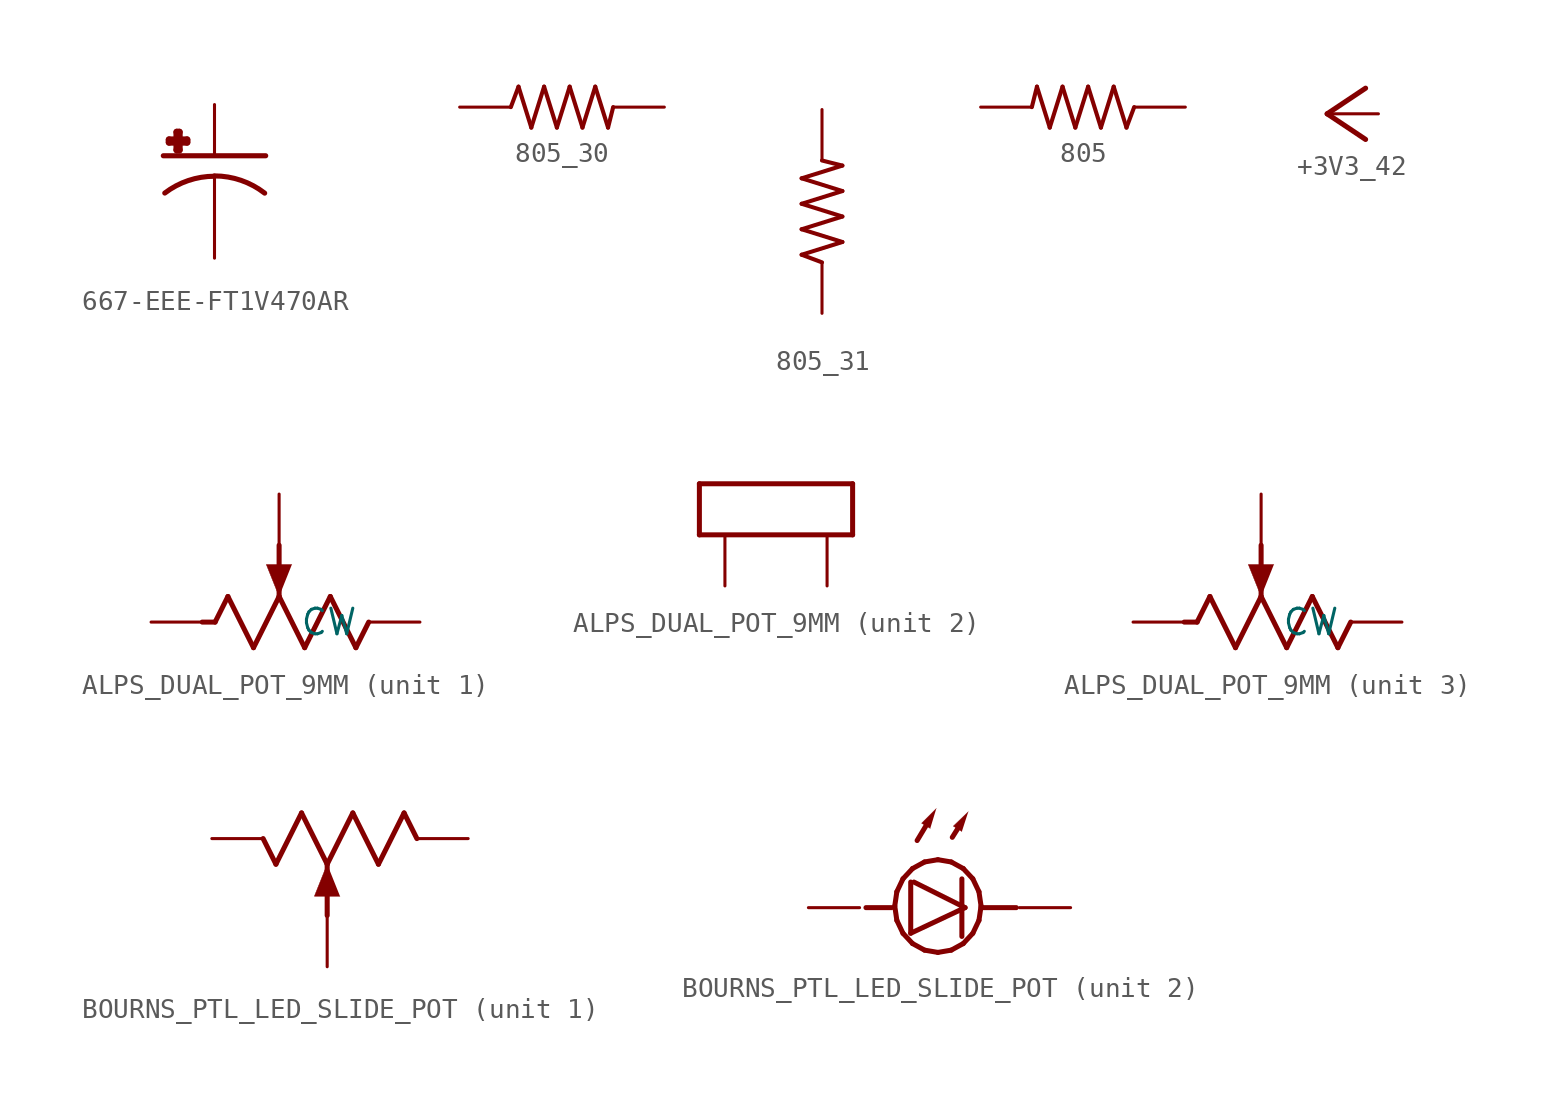
<source format=kicad_sym>
(kicad_symbol_lib
  (version 20231120)
  (generator "kicad_symbol_editor")
  (generator_version "8.0")
  (symbol "667-EEE-FT1V470AR"
    (property "Reference" "C"
      (at 0 0 0)
      (effects (font (size 1.27 1.27)) (hide yes)))
    (property "ki_locked" ""
      (at 0 0 0)
      (effects (font (size 1.27 1.27))))
    (symbol "667-EEE-FT1V470AR_1_0"
      (arc (start 0 -0.334) (mid -1.3021 -0.548) (end -2.467 -1.168) (stroke (width 0.254) (type solid)) (fill (type none)))
      (polyline (pts (xy -2.54 0.682) (xy 2.54 0.682)) (stroke (width 0.254) (type solid)) (fill (type none)))
      (polyline (pts (xy -2.253 1.349) (xy -1.364 1.349)) (stroke (width 0.333) (type solid)) (fill (type none)))
      (polyline (pts (xy -2.253 1.477) (xy -2.253 1.349)) (stroke (width 0.333) (type solid)) (fill (type none)))
      (polyline (pts (xy -1.871 0.969) (xy -1.745 0.969)) (stroke (width 0.333) (type solid)) (fill (type none)))
      (polyline (pts (xy -1.871 1.858) (xy -1.871 0.969)) (stroke (width 0.333) (type solid)) (fill (type none)))
      (polyline (pts (xy -1.745 0.969) (xy -1.745 1.858)) (stroke (width 0.333) (type solid)) (fill (type none)))
      (polyline (pts (xy -1.745 1.858) (xy -1.871 1.858)) (stroke (width 0.333) (type solid)) (fill (type none)))
      (polyline (pts (xy -1.364 1.349) (xy -1.364 1.477)) (stroke (width 0.333) (type solid)) (fill (type none)))
      (polyline (pts (xy -1.364 1.477) (xy -2.253 1.477)) (stroke (width 0.333) (type solid)) (fill (type none)))
      (polyline (pts (xy 0 -0.334) (xy 0 -1.858)) (stroke (width 0.152) (type solid)) (fill (type none)))
      (arc (start 2.489 -1.172) (mid 1.3157 -0.5374) (end 0 -0.3179) (stroke (width 0.254) (type solid)) (fill (type none)))
      (pin passive line (at 0 3.222 270) (length 2.54) (name "+" (effects (font (size 0 0)))) (number "1" (effects (font (size 0 0)))))
      (pin passive line (at 0 -4.398 90) (length 2.54) (name "-" (effects (font (size 0 0)))) (number "2" (effects (font (size 0 0)))))))
  (symbol "805_30"
    (property "Reference" "R"
      (at 0 0 0)
      (effects (font (size 1.27 1.27)) (hide yes)))
    (property "ki_locked" ""
      (at 0 0 0)
      (effects (font (size 1.27 1.27))))
    (symbol "805_30_1_0"
      (polyline (pts (xy -2.54 0) (xy -2.159 1.016)) (stroke (width 0.203) (type solid)) (fill (type none)))
      (polyline (pts (xy -2.159 1.016) (xy -1.524 -1.016)) (stroke (width 0.203) (type solid)) (fill (type none)))
      (polyline (pts (xy -1.524 -1.016) (xy -0.889 1.016)) (stroke (width 0.203) (type solid)) (fill (type none)))
      (polyline (pts (xy -0.889 1.016) (xy -0.254 -1.016)) (stroke (width 0.203) (type solid)) (fill (type none)))
      (polyline (pts (xy -0.254 -1.016) (xy 0.381 1.016)) (stroke (width 0.203) (type solid)) (fill (type none)))
      (polyline (pts (xy 0.381 1.016) (xy 1.016 -1.016)) (stroke (width 0.203) (type solid)) (fill (type none)))
      (polyline (pts (xy 1.016 -1.016) (xy 1.651 1.016)) (stroke (width 0.203) (type solid)) (fill (type none)))
      (polyline (pts (xy 1.651 1.016) (xy 2.286 -1.016)) (stroke (width 0.203) (type solid)) (fill (type none)))
      (polyline (pts (xy 2.286 -1.016) (xy 2.54 0)) (stroke (width 0.203) (type solid)) (fill (type none)))
      (pin passive line (at -5.08 0 0) (length 2.54) (name "1" (effects (font (size 0 0)))) (number "1" (effects (font (size 0 0)))))
      (pin passive line (at 5.08 0 180) (length 2.54) (name "2" (effects (font (size 0 0)))) (number "2" (effects (font (size 0 0)))))))
  (symbol "805_31"
    (property "Reference" "R"
      (at 0 0 0)
      (effects (font (size 1.27 1.27)) (hide yes)))
    (property "ki_locked" ""
      (at 0 0 0)
      (effects (font (size 1.27 1.27))))
    (symbol "805_31_1_0"
      (polyline (pts (xy -1.016 -2.159) (xy 1.016 -1.524)) (stroke (width 0.203) (type solid)) (fill (type none)))
      (polyline (pts (xy -1.016 -0.889) (xy 1.016 -0.254)) (stroke (width 0.203) (type solid)) (fill (type none)))
      (polyline (pts (xy -1.016 0.381) (xy 1.016 1.016)) (stroke (width 0.203) (type solid)) (fill (type none)))
      (polyline (pts (xy -1.016 1.651) (xy 1.016 2.286)) (stroke (width 0.203) (type solid)) (fill (type none)))
      (polyline (pts (xy 0 -2.54) (xy -1.016 -2.159)) (stroke (width 0.203) (type solid)) (fill (type none)))
      (polyline (pts (xy 1.016 -1.524) (xy -1.016 -0.889)) (stroke (width 0.203) (type solid)) (fill (type none)))
      (polyline (pts (xy 1.016 -0.254) (xy -1.016 0.381)) (stroke (width 0.203) (type solid)) (fill (type none)))
      (polyline (pts (xy 1.016 1.016) (xy -1.016 1.651)) (stroke (width 0.203) (type solid)) (fill (type none)))
      (polyline (pts (xy 1.016 2.286) (xy 0 2.54)) (stroke (width 0.203) (type solid)) (fill (type none)))
      (pin passive line (at 0 -5.08 90) (length 2.54) (name "1" (effects (font (size 0 0)))) (number "1" (effects (font (size 0 0)))))
      (pin passive line (at 0 5.08 270) (length 2.54) (name "2" (effects (font (size 0 0)))) (number "2" (effects (font (size 0 0)))))))
  (symbol "805"
    (property "Reference" "R"
      (at 0 0 0)
      (effects (font (size 1.27 1.27)) (hide yes)))
    (property "ki_locked" ""
      (at 0 0 0)
      (effects (font (size 1.27 1.27))))
    (symbol "805_1_0"
      (polyline (pts (xy -2.286 1.016) (xy -2.54 0)) (stroke (width 0.203) (type solid)) (fill (type none)))
      (polyline (pts (xy -1.651 -1.016) (xy -2.286 1.016)) (stroke (width 0.203) (type solid)) (fill (type none)))
      (polyline (pts (xy -1.016 1.016) (xy -1.651 -1.016)) (stroke (width 0.203) (type solid)) (fill (type none)))
      (polyline (pts (xy -0.381 -1.016) (xy -1.016 1.016)) (stroke (width 0.203) (type solid)) (fill (type none)))
      (polyline (pts (xy 0.254 1.016) (xy -0.381 -1.016)) (stroke (width 0.203) (type solid)) (fill (type none)))
      (polyline (pts (xy 0.889 -1.016) (xy 0.254 1.016)) (stroke (width 0.203) (type solid)) (fill (type none)))
      (polyline (pts (xy 1.524 1.016) (xy 0.889 -1.016)) (stroke (width 0.203) (type solid)) (fill (type none)))
      (polyline (pts (xy 2.159 -1.016) (xy 1.524 1.016)) (stroke (width 0.203) (type solid)) (fill (type none)))
      (polyline (pts (xy 2.54 0) (xy 2.159 -1.016)) (stroke (width 0.203) (type solid)) (fill (type none)))
      (pin passive line (at 5.08 0 180) (length 2.54) (name "1" (effects (font (size 0 0)))) (number "1" (effects (font (size 0 0)))))
      (pin passive line (at -5.08 0 0) (length 2.54) (name "2" (effects (font (size 0 0)))) (number "2" (effects (font (size 0 0)))))))
  (symbol "+3V3_42"
    (power)
    (property "Reference" "#+3V"
      (at 0 0 0)
      (effects (font (size 1.27 1.27)) (hide yes)))
    (property "ki_locked" ""
      (at 0 0 0)
      (effects (font (size 1.27 1.27))))
    (symbol "+3V3_42_1_0"
      (polyline (pts (xy -0.952 0) (xy 0.952 -1.27)) (stroke (width 0.254) (type solid)) (fill (type none)))
      (polyline (pts (xy 0.952 1.27) (xy -0.952 0)) (stroke (width 0.254) (type solid)) (fill (type none)))
      (pin power_in line (at 1.588 0 180) (length 2.54) (name "+3V3" (effects (font (size 0 0)))) (number "1" (effects (font (size 0 0)))))))
  (symbol "ALPS_DUAL_POT_9MM"
    (property "Reference" "VR"
      (at 0 0 0)
      (effects (font (size 1.27 1.27)) (hide yes)))
    (property "ki_locked" ""
      (at 0 0 0)
      (effects (font (size 1.27 1.27))))
    (symbol "ALPS_DUAL_POT_9MM_1_0"
      (polyline (pts (xy -4.128 -1.27) (xy -3.492 -1.27)) (stroke (width 0.25) (type solid)) (fill (type none)))
      (polyline (pts (xy -3.492 -1.27) (xy -2.857 0)) (stroke (width 0.25) (type solid)) (fill (type none)))
      (polyline (pts (xy -2.857 0) (xy -1.587 -2.54)) (stroke (width 0.25) (type solid)) (fill (type none)))
      (polyline (pts (xy -1.587 -2.54) (xy -0.317 0)) (stroke (width 0.25) (type solid)) (fill (type none)))
      (polyline (pts (xy -0.317 0) (xy 0.952 -2.54)) (stroke (width 0.25) (type solid)) (fill (type none)))
      (polyline (pts (xy -0.317 2.54) (xy -0.317 0)) (stroke (width 0.25) (type solid)) (fill (type none)))
      (polyline (pts (xy 0.952 -2.54) (xy 2.222 0)) (stroke (width 0.25) (type solid)) (fill (type none)))
      (polyline (pts (xy 2.222 0) (xy 3.492 -2.54)) (stroke (width 0.25) (type solid)) (fill (type none)))
      (polyline (pts (xy 3.492 -2.54) (xy 4.128 -1.27)) (stroke (width 0.25) (type solid)) (fill (type none)))
      (polyline (pts (xy -0.317 0) (xy -0.952 1.587) (xy 0.317 1.587)) (stroke (width 0.002) (type solid)) (fill (type outline)))
      (pin passive line (at -6.668 -1.27 0) (length 2.54) (name "CCW" (effects (font (size 0 0)))) (number "1" (effects (font (size 0 0)))))
      (pin passive line (at -0.317 5.08 270) (length 2.54) (name "W" (effects (font (size 0 0)))) (number "2" (effects (font (size 0 0)))))
      (pin passive line (at 6.668 -1.27 180) (length 2.54) (name "CW" (effects (font (size 1.27 1.27)))) (number "3" (effects (font (size 0 0))))))
    (symbol "ALPS_DUAL_POT_9MM_2_0"
      (polyline (pts (xy -3.81 -1.27) (xy -3.81 1.27)) (stroke (width 0.25) (type solid)) (fill (type none)))
      (polyline (pts (xy -3.81 1.27) (xy 3.81 1.27)) (stroke (width 0.25) (type solid)) (fill (type none)))
      (polyline (pts (xy 3.81 -1.27) (xy -3.81 -1.27)) (stroke (width 0.25) (type solid)) (fill (type none)))
      (polyline (pts (xy 3.81 1.27) (xy 3.81 -1.27)) (stroke (width 0.25) (type solid)) (fill (type none)))
      (pin power_in line (at -2.54 -3.81 90) (length 2.54) (name "gnd@1" (effects (font (size 0 0)))) (number "7" (effects (font (size 0 0)))))
      (pin power_in line (at 2.54 -3.81 90) (length 2.54) (name "gnd@2" (effects (font (size 0 0)))) (number "8" (effects (font (size 0 0))))))
    (symbol "ALPS_DUAL_POT_9MM_3_0"
      (polyline (pts (xy -4.128 -1.27) (xy -3.492 -1.27)) (stroke (width 0.25) (type solid)) (fill (type none)))
      (polyline (pts (xy -3.492 -1.27) (xy -2.857 0)) (stroke (width 0.25) (type solid)) (fill (type none)))
      (polyline (pts (xy -2.857 0) (xy -1.587 -2.54)) (stroke (width 0.25) (type solid)) (fill (type none)))
      (polyline (pts (xy -1.587 -2.54) (xy -0.317 0)) (stroke (width 0.25) (type solid)) (fill (type none)))
      (polyline (pts (xy -0.317 0) (xy 0.952 -2.54)) (stroke (width 0.25) (type solid)) (fill (type none)))
      (polyline (pts (xy -0.317 2.54) (xy -0.317 0)) (stroke (width 0.25) (type solid)) (fill (type none)))
      (polyline (pts (xy 0.952 -2.54) (xy 2.222 0)) (stroke (width 0.25) (type solid)) (fill (type none)))
      (polyline (pts (xy 2.222 0) (xy 3.492 -2.54)) (stroke (width 0.25) (type solid)) (fill (type none)))
      (polyline (pts (xy 3.492 -2.54) (xy 4.128 -1.27)) (stroke (width 0.25) (type solid)) (fill (type none)))
      (polyline (pts (xy -0.317 0) (xy -0.952 1.587) (xy 0.317 1.587)) (stroke (width 0.002) (type solid)) (fill (type outline)))
      (pin passive line (at -6.668 -1.27 0) (length 2.54) (name "CCW" (effects (font (size 0 0)))) (number "4" (effects (font (size 0 0)))))
      (pin passive line (at -0.317 5.08 270) (length 2.54) (name "W" (effects (font (size 0 0)))) (number "5" (effects (font (size 0 0)))))
      (pin passive line (at 6.668 -1.27 180) (length 2.54) (name "CW" (effects (font (size 1.27 1.27)))) (number "6" (effects (font (size 0 0)))))))
  (symbol "BOURNS_PTL_LED_SLIDE_POT"
    (property "Reference" "R"
      (at 0 0 0)
      (effects (font (size 1.27 1.27)) (hide yes)))
    (property "ki_locked" ""
      (at 0 0 0)
      (effects (font (size 1.27 1.27))))
    (symbol "BOURNS_PTL_LED_SLIDE_POT_1_0"
      (polyline (pts (xy -3.81 1.27) (xy -3.175 0)) (stroke (width 0.25) (type solid)) (fill (type none)))
      (polyline (pts (xy -3.175 0) (xy -1.905 2.54)) (stroke (width 0.25) (type solid)) (fill (type none)))
      (polyline (pts (xy -1.905 2.54) (xy -0.635 0)) (stroke (width 0.25) (type solid)) (fill (type none)))
      (polyline (pts (xy -0.635 -2.54) (xy -0.635 0)) (stroke (width 0.25) (type solid)) (fill (type none)))
      (polyline (pts (xy -0.635 0) (xy 0.635 2.54)) (stroke (width 0.25) (type solid)) (fill (type none)))
      (polyline (pts (xy 0.635 2.54) (xy 1.905 0)) (stroke (width 0.25) (type solid)) (fill (type none)))
      (polyline (pts (xy 1.905 0) (xy 3.175 2.54)) (stroke (width 0.25) (type solid)) (fill (type none)))
      (polyline (pts (xy 3.175 2.54) (xy 3.81 1.27)) (stroke (width 0.25) (type solid)) (fill (type none)))
      (polyline (pts (xy -0.635 0) (xy -1.27 -1.587) (xy 0 -1.587)) (stroke (width 0.002) (type solid)) (fill (type outline)))
      (pin passive line (at -6.35 1.27 0) (length 2.54) (name "CCW" (effects (font (size 0 0)))) (number "1" (effects (font (size 0 0)))))
      (pin passive line (at -0.635 -5.08 90) (length 2.54) (name "W" (effects (font (size 0 0)))) (number "2" (effects (font (size 0 0)))))
      (pin passive line (at 6.35 1.27 180) (length 2.54) (name "CW" (effects (font (size 0 0)))) (number "3" (effects (font (size 0 0))))))
    (symbol "BOURNS_PTL_LED_SLIDE_POT_2_0"
      (polyline (pts (xy -2.381 -1.349) (xy -3.651 -1.349)) (stroke (width 0.25) (type solid)) (fill (type none)))
      (polyline (pts (xy -2.222 -1.27) (xy -2.118 -1.981)) (stroke (width 0.25) (type solid)) (fill (type none)))
      (polyline (pts (xy -2.118 -1.981) (xy -1.813 -2.623)) (stroke (width 0.25) (type solid)) (fill (type none)))
      (polyline (pts (xy -2.118 -0.559) (xy -2.222 -1.27)) (stroke (width 0.25) (type solid)) (fill (type none)))
      (polyline (pts (xy -1.813 -2.623) (xy -1.339 -3.132)) (stroke (width 0.25) (type solid)) (fill (type none)))
      (polyline (pts (xy -1.813 0.083) (xy -2.118 -0.559)) (stroke (width 0.25) (type solid)) (fill (type none)))
      (polyline (pts (xy -1.429 -2.619) (xy 1.27 -1.349)) (stroke (width 0.25) (type solid)) (fill (type none)))
      (polyline (pts (xy -1.429 -0.079) (xy -1.429 -2.619)) (stroke (width 0.25) (type solid)) (fill (type none)))
      (polyline (pts (xy -1.339 -3.132) (xy -0.742 -3.459)) (stroke (width 0.25) (type solid)) (fill (type none)))
      (polyline (pts (xy -1.339 0.592) (xy -1.813 0.083)) (stroke (width 0.25) (type solid)) (fill (type none)))
      (polyline (pts (xy -1.111 1.984) (xy -0.673 2.714)) (stroke (width 0.25) (type solid)) (fill (type none)))
      (polyline (pts (xy -0.742 -3.459) (xy -0.079 -3.572)) (stroke (width 0.25) (type solid)) (fill (type none)))
      (polyline (pts (xy -0.742 0.919) (xy -1.339 0.592)) (stroke (width 0.25) (type solid)) (fill (type none)))
      (polyline (pts (xy -0.079 -3.572) (xy 0.583 -3.459)) (stroke (width 0.25) (type solid)) (fill (type none)))
      (polyline (pts (xy -0.079 1.032) (xy -0.742 0.919)) (stroke (width 0.25) (type solid)) (fill (type none)))
      (polyline (pts (xy 0.583 -3.459) (xy 1.18 -3.132)) (stroke (width 0.25) (type solid)) (fill (type none)))
      (polyline (pts (xy 0.583 0.919) (xy -0.079 1.032)) (stroke (width 0.25) (type solid)) (fill (type none)))
      (polyline (pts (xy 0.635 2.143) (xy 0.899 2.565)) (stroke (width 0.25) (type solid)) (fill (type none)))
      (polyline (pts (xy 1.111 0.079) (xy 1.111 -2.778)) (stroke (width 0.25) (type solid)) (fill (type none)))
      (polyline (pts (xy 1.18 -3.132) (xy 1.654 -2.623)) (stroke (width 0.25) (type solid)) (fill (type none)))
      (polyline (pts (xy 1.18 0.592) (xy 0.583 0.919)) (stroke (width 0.25) (type solid)) (fill (type none)))
      (polyline (pts (xy 1.27 -1.349) (xy -1.27 -0.079)) (stroke (width 0.25) (type solid)) (fill (type none)))
      (polyline (pts (xy 1.654 -2.623) (xy 1.959 -1.981)) (stroke (width 0.25) (type solid)) (fill (type none)))
      (polyline (pts (xy 1.654 0.083) (xy 1.18 0.592)) (stroke (width 0.25) (type solid)) (fill (type none)))
      (polyline (pts (xy 1.959 -1.981) (xy 2.064 -1.27)) (stroke (width 0.25) (type solid)) (fill (type none)))
      (polyline (pts (xy 1.959 -0.559) (xy 1.654 0.083)) (stroke (width 0.25) (type solid)) (fill (type none)))
      (polyline (pts (xy 2.064 -1.349) (xy 3.81 -1.349)) (stroke (width 0.25) (type solid)) (fill (type none)))
      (polyline (pts (xy 2.064 -1.27) (xy 1.959 -0.559)) (stroke (width 0.25) (type solid)) (fill (type none)))
      (polyline (pts (xy -0.159 3.572) (xy -0.888 2.843) (xy -0.459 2.586)) (stroke (width 0.002) (type solid)) (fill (type outline)))
      (polyline (pts (xy 1.429 3.413) (xy 0.687 2.698) (xy 1.111 2.433)) (stroke (width 0.002) (type solid)) (fill (type outline)))
      (pin power_in line (at -6.509 -1.349 0) (length 2.54) (name "gnd@1" (effects (font (size 0 0)))) (number "5" (effects (font (size 0 0)))))
      (pin power_in line (at 6.509 -1.349 180) (length 2.54) (name "gnd@2" (effects (font (size 0 0)))) (number "6" (effects (font (size 0 0))))))))
</source>
